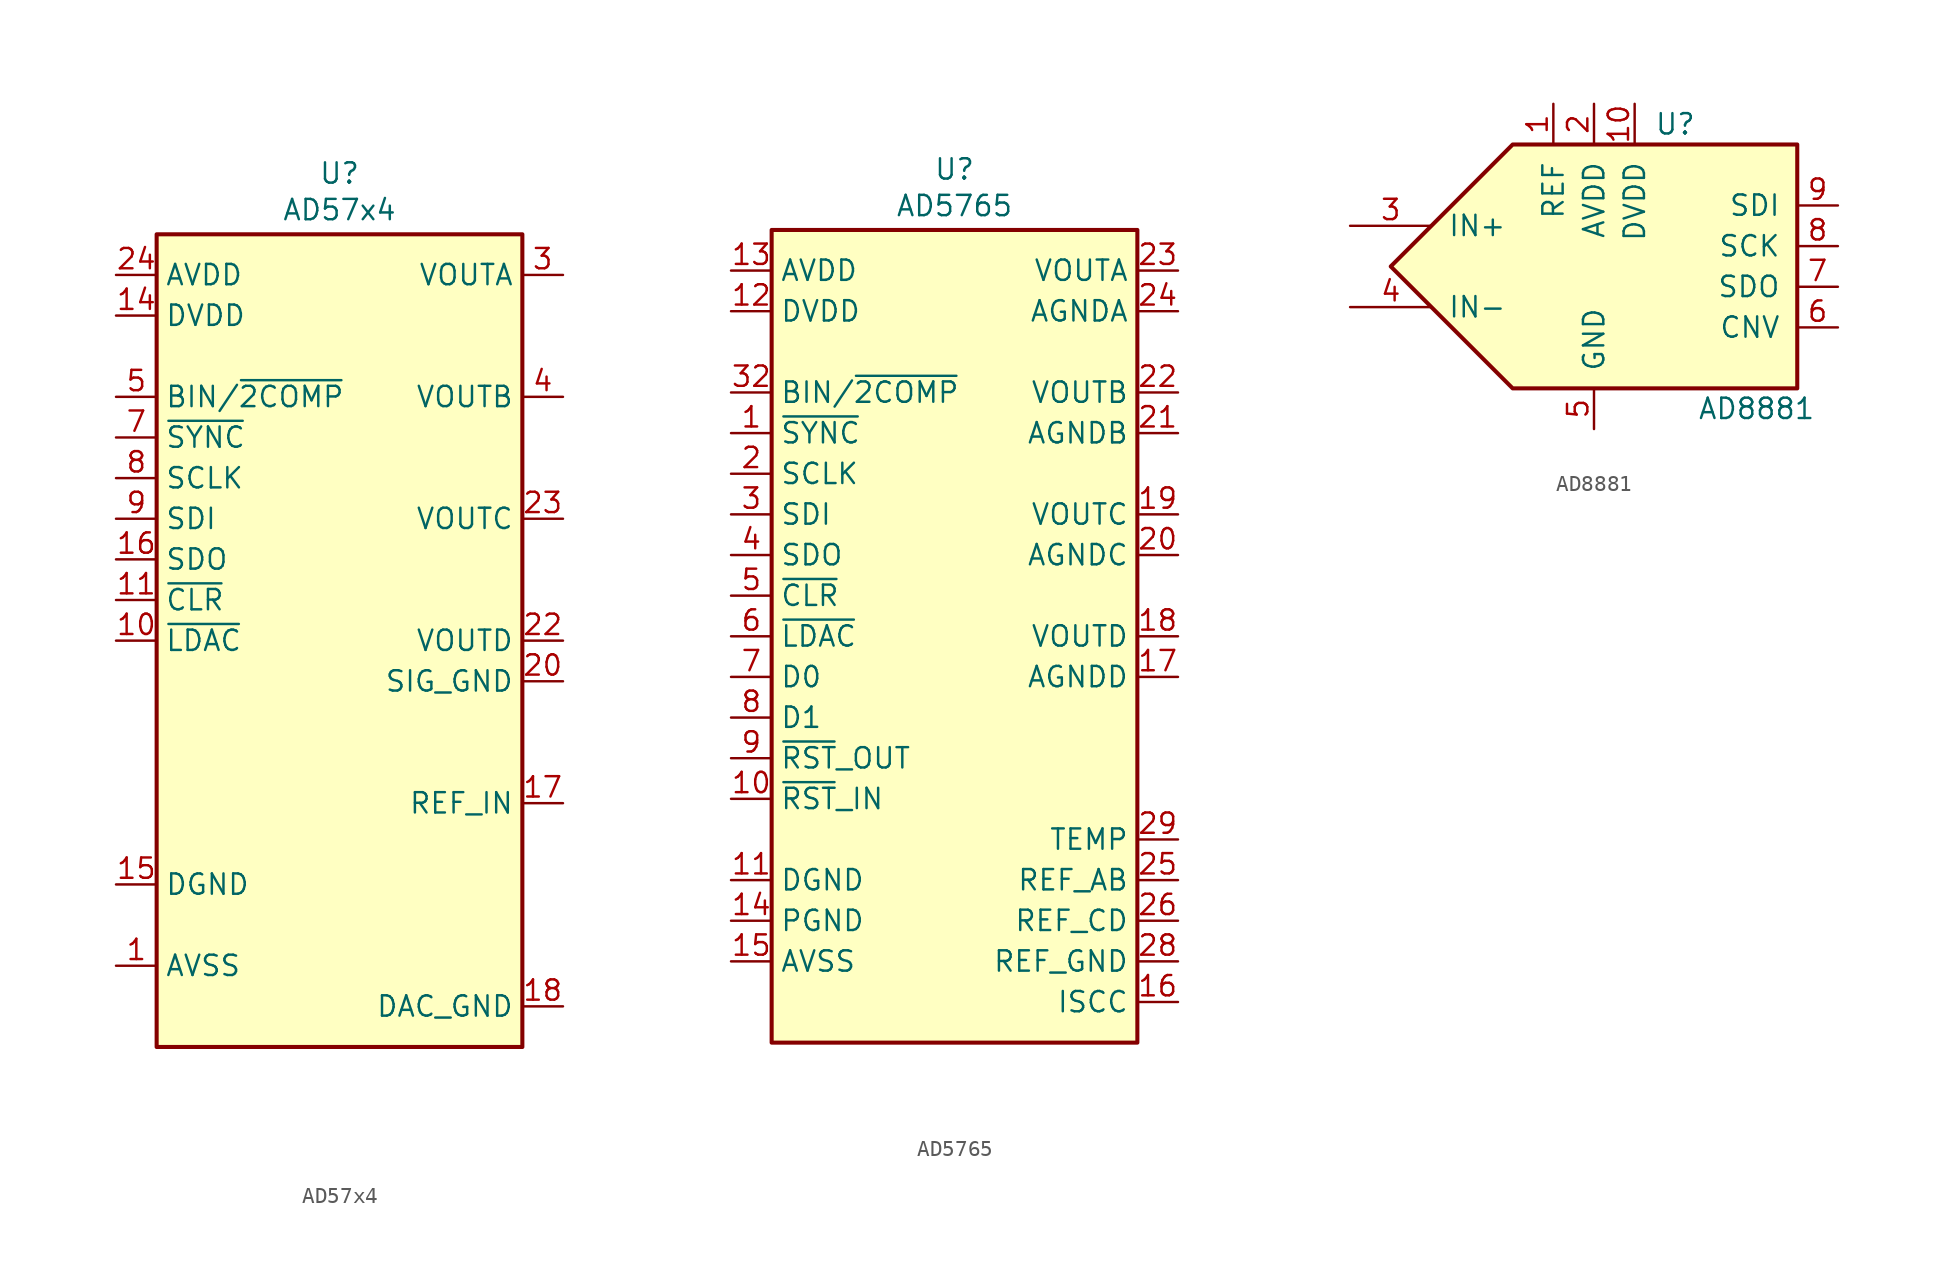
<source format=kicad_sym>
(kicad_symbol_lib
  (version 20231120)
  (generator "kicad_symbol_editor")
  (generator_version "8.0")
  (symbol "AD57x4"
    (property "Reference" "U"
      (at 0 3.81 0)
      (effects (font (size 1.27 1.27))))
    (property "Value" "AD57x4"
      (at 0 1.524 0)
      (effects (font (size 1.27 1.27))))
    (symbol "AD57x4_1_1"
      (rectangle (start -11.43 0) (end 11.43 -50.8) (stroke (width 0.254) (type default)) (fill (type background)))
      (pin power_in line (at -13.97 -45.72 0) (length 2.54) (name "AVSS" (effects (font (size 1.27 1.27)))) (number "1" (effects (font (size 1.27 1.27)))))
      (pin input line (at -13.97 -25.4 0) (length 2.54) (name "~{LDAC}" (effects (font (size 1.27 1.27)))) (number "10" (effects (font (size 1.27 1.27)))))
      (pin input line (at -13.97 -22.86 0) (length 2.54) (name "~{CLR}" (effects (font (size 1.27 1.27)))) (number "11" (effects (font (size 1.27 1.27)))))
      (pin no_connect line (at -8.89 -53.34 90) (length 2.54) hide (name "NC" (effects (font (size 1.27 1.27)))) (number "12" (effects (font (size 1.27 1.27)))))
      (pin no_connect line (at -10.16 -53.34 90) (length 2.54) hide (name "NC" (effects (font (size 1.27 1.27)))) (number "13" (effects (font (size 1.27 1.27)))))
      (pin power_in line (at -13.97 -5.08 0) (length 2.54) (name "DVDD" (effects (font (size 1.27 1.27)))) (number "14" (effects (font (size 1.27 1.27)))))
      (pin passive line (at -13.97 -40.64 0) (length 2.54) (name "DGND" (effects (font (size 1.27 1.27)))) (number "15" (effects (font (size 1.27 1.27)))))
      (pin output line (at -13.97 -20.32 0) (length 2.54) (name "SDO" (effects (font (size 1.27 1.27)))) (number "16" (effects (font (size 1.27 1.27)))))
      (pin input line (at 13.97 -35.56 180) (length 2.54) (name "REF_IN" (effects (font (size 1.27 1.27)))) (number "17" (effects (font (size 1.27 1.27)))))
      (pin passive line (at 13.97 -48.26 180) (length 2.54) (name "DAC_GND" (effects (font (size 1.27 1.27)))) (number "18" (effects (font (size 1.27 1.27)))))
      (pin passive line (at 13.97 -48.26 180) (length 2.54) hide (name "DAC_GND" (effects (font (size 1.27 1.27)))) (number "19" (effects (font (size 1.27 1.27)))))
      (pin no_connect line (at -7.62 -53.34 90) (length 2.54) hide (name "NC" (effects (font (size 1.27 1.27)))) (number "2" (effects (font (size 1.27 1.27)))))
      (pin bidirectional line (at 13.97 -27.94 180) (length 2.54) (name "SIG_GND" (effects (font (size 1.27 1.27)))) (number "20" (effects (font (size 1.27 1.27)))))
      (pin bidirectional line (at 13.97 -27.94 180) (length 2.54) hide (name "SIG_GND" (effects (font (size 1.27 1.27)))) (number "21" (effects (font (size 1.27 1.27)))))
      (pin output line (at 13.97 -25.4 180) (length 2.54) (name "VOUTD" (effects (font (size 1.27 1.27)))) (number "22" (effects (font (size 1.27 1.27)))))
      (pin output line (at 13.97 -17.78 180) (length 2.54) (name "VOUTC" (effects (font (size 1.27 1.27)))) (number "23" (effects (font (size 1.27 1.27)))))
      (pin power_in line (at -13.97 -2.54 0) (length 2.54) (name "AVDD" (effects (font (size 1.27 1.27)))) (number "24" (effects (font (size 1.27 1.27)))))
      (pin passive line (at -13.97 -45.72 0) (length 2.54) hide (name "AVSS_EXP" (effects (font (size 1.27 1.27)))) (number "25" (effects (font (size 1.27 1.27)))))
      (pin output line (at 13.97 -2.54 180) (length 2.54) (name "VOUTA" (effects (font (size 1.27 1.27)))) (number "3" (effects (font (size 1.27 1.27)))))
      (pin output line (at 13.97 -10.16 180) (length 2.54) (name "VOUTB" (effects (font (size 1.27 1.27)))) (number "4" (effects (font (size 1.27 1.27)))))
      (pin input line (at -13.97 -10.16 0) (length 2.54) (name "BIN/~{2COMP}" (effects (font (size 1.27 1.27)))) (number "5" (effects (font (size 1.27 1.27)))))
      (pin no_connect line (at -6.35 -53.34 90) (length 2.54) hide (name "NC" (effects (font (size 1.27 1.27)))) (number "6" (effects (font (size 1.27 1.27)))))
      (pin input line (at -13.97 -12.7 0) (length 2.54) (name "~{SYNC}" (effects (font (size 1.27 1.27)))) (number "7" (effects (font (size 1.27 1.27)))))
      (pin input line (at -13.97 -15.24 0) (length 2.54) (name "SCLK" (effects (font (size 1.27 1.27)))) (number "8" (effects (font (size 1.27 1.27)))))
      (pin input line (at -13.97 -17.78 0) (length 2.54) (name "SDI" (effects (font (size 1.27 1.27)))) (number "9" (effects (font (size 1.27 1.27)))))))
  (symbol "AD5765"
    (property "Reference" "U"
      (at 0 4.318 0)
      (effects (font (size 1.27 1.27)) (justify bottom)))
    (property "Value" "AD5765"
      (at 0 2.032 0)
      (effects (font (size 1.27 1.27)) (justify bottom)))
    (symbol "AD5765_1_1"
      (rectangle (start -11.43 1.27) (end 11.43 -49.53) (stroke (width 0.254) (type default)) (fill (type background)))
      (pin input line (at -13.97 -11.43 0) (length 2.54) (name "~{SYNC}" (effects (font (size 1.27 1.27)))) (number "1" (effects (font (size 1.27 1.27)))))
      (pin input line (at -13.97 -34.29 0) (length 2.54) (name "~{RST}_IN" (effects (font (size 1.27 1.27)))) (number "10" (effects (font (size 1.27 1.27)))))
      (pin passive line (at -13.97 -39.37 0) (length 2.54) (name "DGND" (effects (font (size 1.27 1.27)))) (number "11" (effects (font (size 1.27 1.27)))))
      (pin power_in line (at -13.97 -3.81 0) (length 2.54) (name "DVDD" (effects (font (size 1.27 1.27)))) (number "12" (effects (font (size 1.27 1.27)))))
      (pin power_in line (at -13.97 -1.27 0) (length 2.54) (name "AVDD" (effects (font (size 1.27 1.27)))) (number "13" (effects (font (size 1.27 1.27)))))
      (pin passive line (at -13.97 -41.91 0) (length 2.54) (name "PGND" (effects (font (size 1.27 1.27)))) (number "14" (effects (font (size 1.27 1.27)))))
      (pin power_in line (at -13.97 -44.45 0) (length 2.54) (name "AVSS" (effects (font (size 1.27 1.27)))) (number "15" (effects (font (size 1.27 1.27)))))
      (pin input line (at 13.97 -46.99 180) (length 2.54) (name "ISCC" (effects (font (size 1.27 1.27)))) (number "16" (effects (font (size 1.27 1.27)))))
      (pin passive line (at 13.97 -26.67 180) (length 2.54) (name "AGNDD" (effects (font (size 1.27 1.27)))) (number "17" (effects (font (size 1.27 1.27)))))
      (pin output line (at 13.97 -24.13 180) (length 2.54) (name "VOUTD" (effects (font (size 1.27 1.27)))) (number "18" (effects (font (size 1.27 1.27)))))
      (pin output line (at 13.97 -16.51 180) (length 2.54) (name "VOUTC" (effects (font (size 1.27 1.27)))) (number "19" (effects (font (size 1.27 1.27)))))
      (pin input line (at -13.97 -13.97 0) (length 2.54) (name "SCLK" (effects (font (size 1.27 1.27)))) (number "2" (effects (font (size 1.27 1.27)))))
      (pin passive line (at 13.97 -19.05 180) (length 2.54) (name "AGNDC" (effects (font (size 1.27 1.27)))) (number "20" (effects (font (size 1.27 1.27)))))
      (pin passive line (at 13.97 -11.43 180) (length 2.54) (name "AGNDB" (effects (font (size 1.27 1.27)))) (number "21" (effects (font (size 1.27 1.27)))))
      (pin output line (at 13.97 -8.89 180) (length 2.54) (name "VOUTB" (effects (font (size 1.27 1.27)))) (number "22" (effects (font (size 1.27 1.27)))))
      (pin output line (at 13.97 -1.27 180) (length 2.54) (name "VOUTA" (effects (font (size 1.27 1.27)))) (number "23" (effects (font (size 1.27 1.27)))))
      (pin passive line (at 13.97 -3.81 180) (length 2.54) (name "AGNDA" (effects (font (size 1.27 1.27)))) (number "24" (effects (font (size 1.27 1.27)))))
      (pin input line (at 13.97 -39.37 180) (length 2.54) (name "REF_AB" (effects (font (size 1.27 1.27)))) (number "25" (effects (font (size 1.27 1.27)))))
      (pin input line (at 13.97 -41.91 180) (length 2.54) (name "REF_CD" (effects (font (size 1.27 1.27)))) (number "26" (effects (font (size 1.27 1.27)))))
      (pin no_connect line (at -13.97 -46.99 0) (length 2.54) hide (name "NC" (effects (font (size 1.27 1.27)))) (number "27" (effects (font (size 1.27 1.27)))))
      (pin input line (at 13.97 -44.45 180) (length 2.54) (name "REF_GND" (effects (font (size 1.27 1.27)))) (number "28" (effects (font (size 1.27 1.27)))))
      (pin output line (at 13.97 -36.83 180) (length 2.54) (name "TEMP" (effects (font (size 1.27 1.27)))) (number "29" (effects (font (size 1.27 1.27)))))
      (pin input line (at -13.97 -16.51 0) (length 2.54) (name "SDI" (effects (font (size 1.27 1.27)))) (number "3" (effects (font (size 1.27 1.27)))))
      (pin passive line (at -13.97 -44.45 0) (length 2.54) hide (name "AVSS" (effects (font (size 1.27 1.27)))) (number "30" (effects (font (size 1.27 1.27)))))
      (pin passive line (at -13.97 -1.27 0) (length 2.54) hide (name "AVDD" (effects (font (size 1.27 1.27)))) (number "31" (effects (font (size 1.27 1.27)))))
      (pin input line (at -13.97 -8.89 0) (length 2.54) (name "BIN/~{2COMP}" (effects (font (size 1.27 1.27)))) (number "32" (effects (font (size 1.27 1.27)))))
      (pin output line (at -13.97 -19.05 0) (length 2.54) (name "SDO" (effects (font (size 1.27 1.27)))) (number "4" (effects (font (size 1.27 1.27)))))
      (pin input line (at -13.97 -21.59 0) (length 2.54) (name "~{CLR}" (effects (font (size 1.27 1.27)))) (number "5" (effects (font (size 1.27 1.27)))))
      (pin input line (at -13.97 -24.13 0) (length 2.54) (name "~{LDAC}" (effects (font (size 1.27 1.27)))) (number "6" (effects (font (size 1.27 1.27)))))
      (pin bidirectional line (at -13.97 -26.67 0) (length 2.54) (name "D0" (effects (font (size 1.27 1.27)))) (number "7" (effects (font (size 1.27 1.27)))))
      (pin bidirectional line (at -13.97 -29.21 0) (length 2.54) (name "D1" (effects (font (size 1.27 1.27)))) (number "8" (effects (font (size 1.27 1.27)))))
      (pin output line (at -13.97 -31.75 0) (length 2.54) (name "~{RST}_OUT" (effects (font (size 1.27 1.27)))) (number "9" (effects (font (size 1.27 1.27)))))))
  (symbol "AD8881"
    (pin_names
      (offset 1.016))
    (property "Reference" "U"
      (at 5.08 8.89 0)
      (effects (font (size 1.27 1.27))))
    (property "Value" "AD8881"
      (at 10.16 -8.89 0)
      (effects (font (size 1.27 1.27))))
    (symbol "AD8881_1_1"
      (polyline (pts (xy -5.08 7.62) (xy -12.7 0) (xy -5.08 -7.62) (xy 12.7 -7.62) (xy 12.7 7.62) (xy -5.08 7.62)) (stroke (width 0.254) (type solid)) (fill (type background)))
      (pin input line (at -2.54 10.16 270) (length 2.54) (name "REF" (effects (font (size 1.27 1.27)))) (number "1" (effects (font (size 1.27 1.27)))))
      (pin power_in line (at 2.54 10.16 270) (length 2.54) (name "DVDD" (effects (font (size 1.27 1.27)))) (number "10" (effects (font (size 1.27 1.27)))))
      (pin passive line (at 0 -10.16 90) (length 2.54) hide (name "PAD" (effects (font (size 1.27 1.27)))) (number "11" (effects (font (size 1.27 1.27)))))
      (pin power_in line (at 0 10.16 270) (length 2.54) (name "AVDD" (effects (font (size 1.27 1.27)))) (number "2" (effects (font (size 1.27 1.27)))))
      (pin input line (at -15.24 2.54 0) (length 5.08) (name "IN+" (effects (font (size 1.27 1.27)))) (number "3" (effects (font (size 1.27 1.27)))))
      (pin input line (at -15.24 -2.54 0) (length 5.08) (name "IN-" (effects (font (size 1.27 1.27)))) (number "4" (effects (font (size 1.27 1.27)))))
      (pin power_in line (at 0 -10.16 90) (length 2.54) (name "GND" (effects (font (size 1.27 1.27)))) (number "5" (effects (font (size 1.27 1.27)))))
      (pin input line (at 15.24 -3.81 180) (length 2.54) (name "CNV" (effects (font (size 1.27 1.27)))) (number "6" (effects (font (size 1.27 1.27)))))
      (pin output line (at 15.24 -1.27 180) (length 2.54) (name "SDO" (effects (font (size 1.27 1.27)))) (number "7" (effects (font (size 1.27 1.27)))))
      (pin input line (at 15.24 1.27 180) (length 2.54) (name "SCK" (effects (font (size 1.27 1.27)))) (number "8" (effects (font (size 1.27 1.27)))))
      (pin input line (at 15.24 3.81 180) (length 2.54) (name "SDI" (effects (font (size 1.27 1.27)))) (number "9" (effects (font (size 1.27 1.27))))))))
</source>
